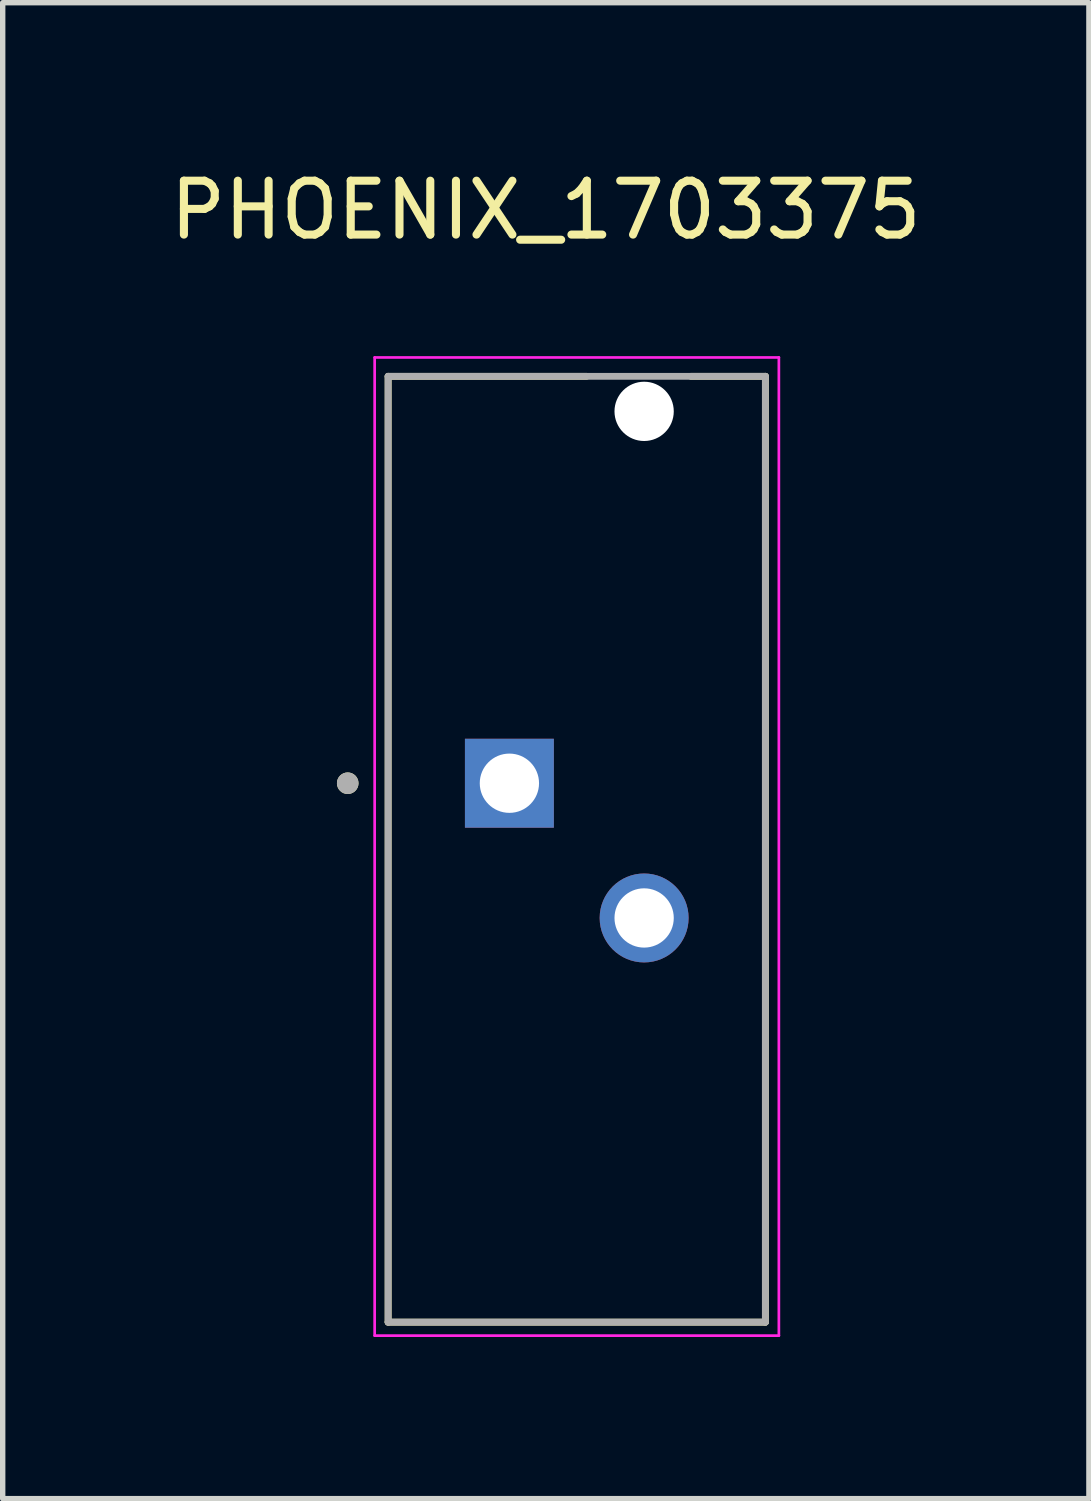
<source format=kicad_pcb>
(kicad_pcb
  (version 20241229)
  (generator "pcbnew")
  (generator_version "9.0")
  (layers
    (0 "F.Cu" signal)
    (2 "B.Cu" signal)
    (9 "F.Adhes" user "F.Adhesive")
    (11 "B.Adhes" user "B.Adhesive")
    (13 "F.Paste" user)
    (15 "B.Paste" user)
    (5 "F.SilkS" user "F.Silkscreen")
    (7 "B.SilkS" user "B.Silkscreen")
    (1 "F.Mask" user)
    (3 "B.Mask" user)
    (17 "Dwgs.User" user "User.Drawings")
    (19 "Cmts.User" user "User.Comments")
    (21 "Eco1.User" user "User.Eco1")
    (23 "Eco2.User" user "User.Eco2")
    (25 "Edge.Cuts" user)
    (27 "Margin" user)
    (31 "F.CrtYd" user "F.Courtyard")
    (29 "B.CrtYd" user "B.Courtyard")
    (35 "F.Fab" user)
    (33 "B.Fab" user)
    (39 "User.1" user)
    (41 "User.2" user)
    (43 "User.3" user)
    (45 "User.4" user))
  (footprint "PHOENIX_1703375"
    (layer "F.Cu")
    (at 4.152 21.483)
    (property "Reference" "PHOENIX_1703375" (at 2.925 -20.635 0) (layer "F.SilkS") (effects (font (size 1 1) (thickness 0.15))))
    (attr through_hole)
    (fp_line (start 0 -17.55) (end 0 0) (stroke (width 0.127) (type solid)) (layer "F.SilkS"))
    (fp_line (start 0 0) (end 7 0) (stroke (width 0.127) (type solid)) (layer "F.SilkS"))
    (fp_line (start 3.68 -17.55) (end 0 -17.55) (stroke (width 0.127) (type solid)) (layer "F.SilkS"))
    (fp_line (start 7 -17.55) (end 5.62 -17.55) (stroke (width 0.127) (type solid)) (layer "F.SilkS"))
    (fp_line (start 7 0) (end 7 -17.55) (stroke (width 0.127) (type solid)) (layer "F.SilkS"))
    (fp_circle (center -0.75 -10) (end -0.65 -10) (stroke (width 0.2) (type solid)) (fill no) (layer "F.SilkS"))
    (fp_line (start -0.25 -17.9) (end -0.25 0.25) (stroke (width 0.05) (type solid)) (layer "F.CrtYd"))
    (fp_line (start -0.25 0.25) (end 7.25 0.25) (stroke (width 0.05) (type solid)) (layer "F.CrtYd"))
    (fp_line (start 7.25 -17.9) (end -0.25 -17.9) (stroke (width 0.05) (type solid)) (layer "F.CrtYd"))
    (fp_line (start 7.25 0.25) (end 7.25 -17.9) (stroke (width 0.05) (type solid)) (layer "F.CrtYd"))
    (fp_line (start 0 -17.55) (end 0 0) (stroke (width 0.127) (type solid)) (layer "F.Fab"))
    (fp_line (start 0 0) (end 7 0) (stroke (width 0.127) (type solid)) (layer "F.Fab"))
    (fp_line (start 7 -17.55) (end 0 -17.55) (stroke (width 0.127) (type solid)) (layer "F.Fab"))
    (fp_line (start 7 0) (end 7 -17.55) (stroke (width 0.127) (type solid)) (layer "F.Fab"))
    (fp_circle (center -0.75 -10) (end -0.65 -10) (stroke (width 0.2) (type solid)) (fill no) (layer "F.Fab"))
    (pad "" np_thru_hole circle (at 4.75 -16.9) (size 1.1 1.1) (drill 1.1) (layers "*.Cu" "*.Mask"))
    (pad "1" thru_hole rect (at 2.25 -10) (size 1.65 1.65) (drill 1.1) (layers "*.Cu" "*.Mask"))
    (pad "2" thru_hole circle (at 4.75 -7.5) (size 1.65 1.65) (drill 1.1) (layers "*.Cu" "*.Mask")))
  (gr_rect
    (start -3 -3)
    (end 17.155 24.758)
    (stroke (width 0.1) (type default))
    (fill no)
    (layer "Edge.Cuts")))
</source>
